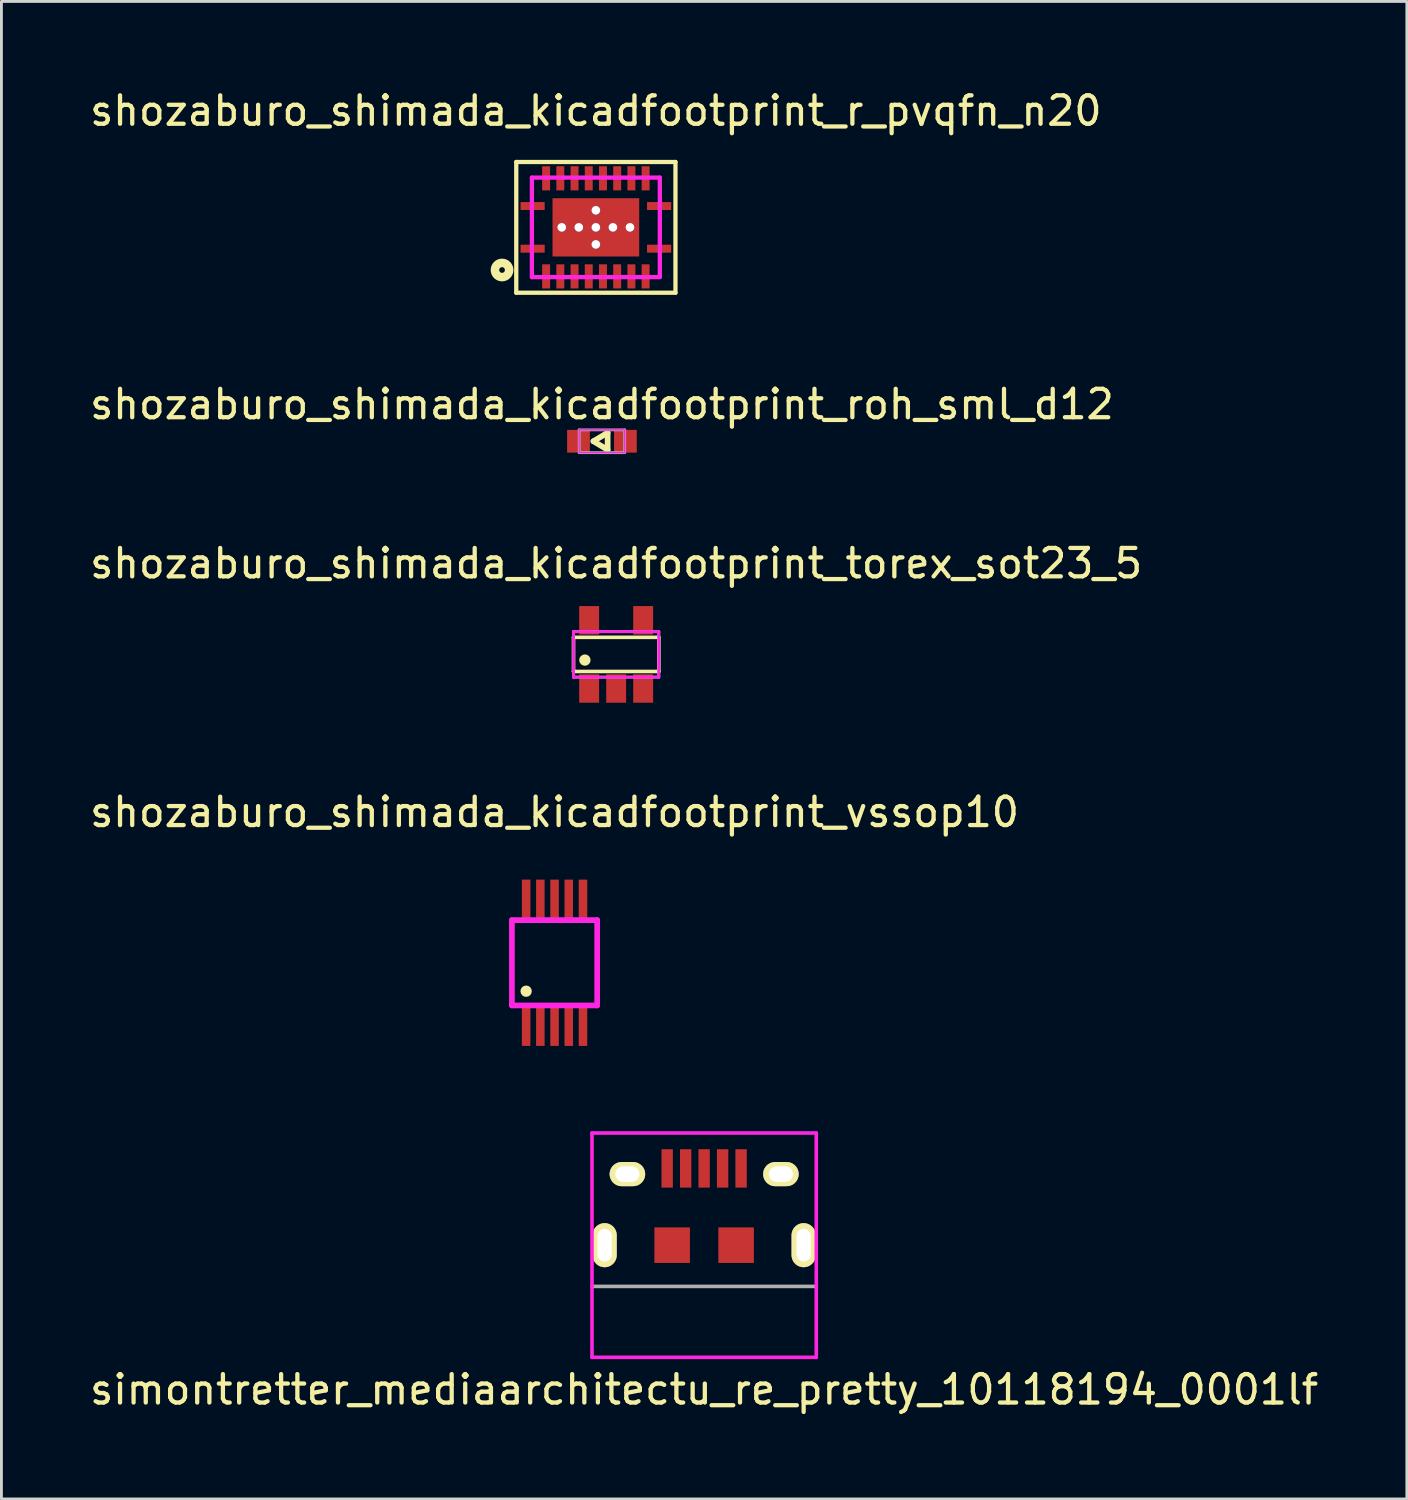
<source format=kicad_pcb>
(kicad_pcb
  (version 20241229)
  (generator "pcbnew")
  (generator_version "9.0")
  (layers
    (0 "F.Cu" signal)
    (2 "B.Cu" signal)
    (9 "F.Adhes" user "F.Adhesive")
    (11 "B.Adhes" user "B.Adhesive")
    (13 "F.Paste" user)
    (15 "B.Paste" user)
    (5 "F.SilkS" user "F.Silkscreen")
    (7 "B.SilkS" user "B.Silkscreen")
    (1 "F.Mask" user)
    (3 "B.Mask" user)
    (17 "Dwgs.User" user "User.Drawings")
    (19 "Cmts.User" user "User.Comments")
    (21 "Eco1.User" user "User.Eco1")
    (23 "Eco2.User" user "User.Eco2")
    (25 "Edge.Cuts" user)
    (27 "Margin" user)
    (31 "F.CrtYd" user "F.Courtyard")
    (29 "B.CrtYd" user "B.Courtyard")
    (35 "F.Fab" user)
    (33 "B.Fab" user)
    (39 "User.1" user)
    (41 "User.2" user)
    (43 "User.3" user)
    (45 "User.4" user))
  (footprint "shozaburo_shimada_kicadfootprint_r_pvqfn_n20"
    (layer "F.Cu")
    (at 17.911 4.948)
    (property "Reference" "shozaburo_shimada_kicadfootprint_r_pvqfn_n20" (at 0 -4.1 0) (layer "F.SilkS") (effects (font (size 1 1) (thickness 0.15))))
    (attr smd)
    (fp_line (start -2.8 -2.3) (end -2.8 2.3) (stroke (width 0.15) (type solid)) (layer "F.SilkS"))
    (fp_line (start -2.8 -2.3) (end 2.8 -2.3) (stroke (width 0.15) (type solid)) (layer "F.SilkS"))
    (fp_line (start -2.8 2.3) (end 2.8 2.3) (stroke (width 0.15) (type solid)) (layer "F.SilkS"))
    (fp_line (start 2.8 -2.3) (end 2.8 2.3) (stroke (width 0.15) (type solid)) (layer "F.SilkS"))
    (fp_circle (center -3.3 1.5) (end -3.3 1.6) (stroke (width 0.3) (type solid)) (fill no) (layer "F.SilkS"))
    (fp_line (start -2.25 -1.75) (end 2.25 -1.75) (stroke (width 0.15) (type solid)) (layer "F.CrtYd"))
    (fp_line (start -2.25 1.75) (end -2.25 -1.75) (stroke (width 0.15) (type solid)) (layer "F.CrtYd"))
    (fp_line (start 2.25 -1.75) (end 2.25 1.75) (stroke (width 0.15) (type solid)) (layer "F.CrtYd"))
    (fp_line (start 2.25 1.75) (end -2.25 1.75) (stroke (width 0.15) (type solid)) (layer "F.CrtYd"))
    (pad "" smd rect (at -1.75 -1.725) (size 0.25 0.85) (layers "F.Paste"))
    (pad "" smd rect (at -1.75 1.725) (size 0.25 0.85) (layers "F.Paste"))
    (pad "" smd rect (at -1.25 -1.725) (size 0.25 0.85) (layers "F.Paste"))
    (pad "" smd rect (at -1.25 1.725) (size 0.25 0.85) (layers "F.Paste"))
    (pad "" smd rect (at -0.81 -0.56) (size 1.32 0.82) (layers "F.Paste"))
    (pad "" smd rect (at -0.81 0.56) (size 1.32 0.82) (layers "F.Paste"))
    (pad "" smd rect (at -0.75 -1.725) (size 0.25 0.85) (layers "F.Paste"))
    (pad "" smd rect (at -0.75 1.725) (size 0.25 0.85) (layers "F.Paste"))
    (pad "" smd rect (at -0.25 -1.725) (size 0.25 0.85) (layers "F.Paste"))
    (pad "" smd rect (at -0.25 1.725) (size 0.25 0.85) (layers "F.Paste"))
    (pad "" smd rect (at 0.25 -1.725) (size 0.25 0.85) (layers "F.Paste"))
    (pad "" smd rect (at 0.25 1.725) (size 0.25 0.85) (layers "F.Paste"))
    (pad "" smd rect (at 0.75 -1.725) (size 0.25 0.85) (layers "F.Paste"))
    (pad "" smd rect (at 0.75 1.725) (size 0.25 0.85) (layers "F.Paste"))
    (pad "" smd rect (at 0.81 -0.56) (size 1.32 0.82) (layers "F.Paste"))
    (pad "" smd rect (at 0.81 0.56) (size 1.32 0.82) (layers "F.Paste"))
    (pad "" smd rect (at 1.25 -1.725) (size 0.25 0.85) (layers "F.Paste"))
    (pad "" smd rect (at 1.25 1.725) (size 0.25 0.85) (layers "F.Paste"))
    (pad "" smd rect (at 1.75 -1.725) (size 0.25 0.85) (layers "F.Paste"))
    (pad "" smd rect (at 1.75 1.725) (size 0.25 0.85) (layers "F.Paste"))
    (pad "1" smd rect (at -2.225 0.75) (size 0.85 0.28) (layers "F.Cu" "F.Mask" "F.Paste"))
    (pad "2" smd rect (at -1.75 1.725) (size 0.28 0.85) (layers "F.Cu" "F.Mask"))
    (pad "3" smd rect (at -1.25 1.725) (size 0.28 0.85) (layers "F.Cu" "F.Mask"))
    (pad "4" smd rect (at -0.75 1.725) (size 0.28 0.85) (layers "F.Cu" "F.Mask"))
    (pad "5" smd rect (at -0.25 1.725) (size 0.28 0.85) (layers "F.Cu" "F.Mask"))
    (pad "6" smd rect (at 0.25 1.725) (size 0.28 0.85) (layers "F.Cu" "F.Mask"))
    (pad "7" smd rect (at 0.75 1.725) (size 0.28 0.85) (layers "F.Cu" "F.Mask"))
    (pad "8" smd rect (at 1.25 1.725) (size 0.28 0.85) (layers "F.Cu" "F.Mask"))
    (pad "9" smd rect (at 1.75 1.725) (size 0.28 0.85) (layers "F.Cu" "F.Mask"))
    (pad "10" smd rect (at 2.225 0.75) (size 0.85 0.28) (layers "F.Cu" "F.Mask" "F.Paste"))
    (pad "11" smd rect (at 2.225 -0.75) (size 0.85 0.28) (layers "F.Cu" "F.Mask" "F.Paste"))
    (pad "12" smd rect (at 1.75 -1.725) (size 0.28 0.85) (layers "F.Cu" "F.Mask"))
    (pad "13" smd rect (at 1.25 -1.725) (size 0.28 0.85) (layers "F.Cu" "F.Mask"))
    (pad "14" smd rect (at 0.75 -1.725) (size 0.28 0.85) (layers "F.Cu" "F.Mask"))
    (pad "15" smd rect (at 0.25 -1.725) (size 0.28 0.85) (layers "F.Cu" "F.Mask"))
    (pad "16" smd rect (at -0.25 -1.725) (size 0.28 0.85) (layers "F.Cu" "F.Mask"))
    (pad "17" smd rect (at -0.75 -1.725) (size 0.28 0.85) (layers "F.Cu" "F.Mask"))
    (pad "18" smd rect (at -1.25 -1.725) (size 0.28 0.85) (layers "F.Cu" "F.Mask"))
    (pad "19" smd rect (at -1.75 -1.725) (size 0.28 0.85) (layers "F.Cu" "F.Mask"))
    (pad "20" smd rect (at -2.225 -0.75) (size 0.85 0.28) (layers "F.Cu" "F.Mask" "F.Paste"))
    (pad "21" thru_hole circle (at -1.2 0) (size 0.3 0.3) (drill 0.3) (layers "*.Cu" "*.Mask"))
    (pad "21" thru_hole circle (at -0.6 0) (size 0.3 0.3) (drill 0.3) (layers "*.Cu" "*.Mask"))
    (pad "21" thru_hole circle (at 0 -0.6) (size 0.3 0.3) (drill 0.3) (layers "*.Cu" "*.Mask"))
    (pad "21" thru_hole circle (at 0 0) (size 0.3 0.3) (drill 0.3) (layers "*.Cu" "*.Mask"))
    (pad "21" smd rect (at 0 0) (size 3.05 2.05) (layers "F.Cu" "F.Mask"))
    (pad "21" thru_hole circle (at 0 0.6) (size 0.3 0.3) (drill 0.3) (layers "*.Cu" "*.Mask"))
    (pad "21" thru_hole circle (at 0.6 0) (size 0.3 0.3) (drill 0.3) (layers "*.Cu" "*.Mask"))
    (pad "21" thru_hole circle (at 1.2 0) (size 0.3 0.3) (drill 0.3) (layers "*.Cu" "*.Mask")))
  (footprint "simontretter_mediaarchitectu_re_pretty_10118194_0001lf"
    (layer "F.Cu")
    (at 21.72 40.752)
    (property "Reference" "simontretter_mediaarchitectu_re_pretty_10118194_0001lf" (at 0 5.08 0) (layer "F.SilkS") (effects (font (size 1 1) (thickness 0.15))))
    (attr through_hole)
    (fp_line (start -3.945 -3.945) (end -3.945 3.945) (stroke (width 0.127) (type solid)) (layer "F.CrtYd"))
    (fp_line (start -3.945 3.945) (end 3.945 3.945) (stroke (width 0.127) (type solid)) (layer "F.CrtYd"))
    (fp_line (start 3.945 -3.945) (end -3.945 -3.945) (stroke (width 0.127) (type solid)) (layer "F.CrtYd"))
    (fp_line (start 3.945 3.945) (end 3.945 -3.945) (stroke (width 0.127) (type solid)) (layer "F.CrtYd"))
    (fp_line (start -3.945 1.45) (end 3.945 1.45) (stroke (width 0.127) (type solid)) (layer "F.Fab"))
    (pad "" thru_hole oval (at -3.5 0) (size 0.85 1.55) (drill oval 0.5 1.15) (layers "*.Cu" "*.Mask" "F.SilkS"))
    (pad "" thru_hole oval (at -2.7 -2.5) (size 1.25 0.85) (drill oval 0.85 0.55) (layers "*.Cu" "*.Mask" "F.SilkS"))
    (pad "" smd rect (at -1.125 0) (size 1.25 1.25) (layers "F.Cu" "F.Mask" "F.Paste"))
    (pad "" smd rect (at 1.125 0) (size 1.25 1.25) (layers "F.Cu" "F.Mask" "F.Paste"))
    (pad "" thru_hole oval (at 2.7 -2.5) (size 1.25 0.85) (drill oval 0.85 0.55) (layers "*.Cu" "*.Mask" "F.SilkS"))
    (pad "" thru_hole oval (at 3.5 0) (size 0.85 1.55) (drill oval 0.5 1.15) (layers "*.Cu" "*.Mask" "F.SilkS"))
    (pad "1" smd rect (at -1.3 -2.7) (size 0.4 1.35) (layers "F.Cu" "F.Mask" "F.Paste"))
    (pad "2" smd rect (at -0.65 -2.7) (size 0.4 1.35) (layers "F.Cu" "F.Mask" "F.Paste"))
    (pad "3" smd rect (at 0 -2.7) (size 0.4 1.35) (layers "F.Cu" "F.Mask" "F.Paste"))
    (pad "4" smd rect (at 0.65 -2.7) (size 0.4 1.35) (layers "F.Cu" "F.Mask" "F.Paste"))
    (pad "5" smd rect (at 1.3 -2.7) (size 0.4 1.35) (layers "F.Cu" "F.Mask" "F.Paste")))
  (footprint "shozaburo_shimada_kicadfootprint_roh_sml_d12"
    (layer "F.Cu")
    (at 18.125 12.472)
    (property "Reference" "shozaburo_shimada_kicadfootprint_roh_sml_d12" (at 0 -1.3 0) (layer "F.SilkS") (effects (font (size 1 1) (thickness 0.15))))
    (attr smd)
    (fp_line (start -0.3 0) (end 0.2 -0.3) (stroke (width 0.2) (type solid)) (layer "F.SilkS"))
    (fp_line (start 0.2 -0.3) (end 0.2 0.3) (stroke (width 0.2) (type solid)) (layer "F.SilkS"))
    (fp_line (start 0.2 0.3) (end -0.3 0) (stroke (width 0.2) (type solid)) (layer "F.SilkS"))
    (fp_line (start -0.8 -0.4) (end 0.8 -0.4) (stroke (width 0.05) (type solid)) (layer "F.CrtYd"))
    (fp_line (start -0.8 0.4) (end -0.8 -0.4) (stroke (width 0.05) (type solid)) (layer "F.CrtYd"))
    (fp_line (start 0.8 -0.4) (end 0.8 0.4) (stroke (width 0.05) (type solid)) (layer "F.CrtYd"))
    (fp_line (start 0.8 0.4) (end -0.8 0.4) (stroke (width 0.05) (type solid)) (layer "F.CrtYd"))
    (fp_line (start -0.8 -0.4) (end 0.8 -0.4) (stroke (width 0.1) (type solid)) (layer "F.Fab"))
    (fp_line (start -0.8 0.4) (end -0.8 -0.4) (stroke (width 0.1) (type solid)) (layer "F.Fab"))
    (fp_line (start 0.8 -0.4) (end 0.8 0.4) (stroke (width 0.1) (type solid)) (layer "F.Fab"))
    (fp_line (start 0.8 0.4) (end -0.8 0.4) (stroke (width 0.1) (type solid)) (layer "F.Fab"))
    (pad "1" smd rect (at -0.825 0) (size 0.8 0.8) (layers "F.Cu" "F.Mask" "F.Paste"))
    (pad "2" smd rect (at 0.825 0) (size 0.8 0.8) (layers "F.Cu" "F.Mask" "F.Paste")))
  (footprint "shozaburo_shimada_kicadfootprint_torex_sot23_5"
    (layer "F.Cu")
    (at 18.625 19.97)
    (property "Reference" "shozaburo_shimada_kicadfootprint_torex_sot23_5" (at 0 -3.2 0) (layer "F.SilkS") (effects (font (size 1 1) (thickness 0.15))))
    (attr through_hole)
    (fp_line (start -1.5 -0.6) (end 1.5 -0.6) (stroke (width 0.127) (type solid)) (layer "F.SilkS"))
    (fp_line (start -1.5 0.6) (end -1.5 -0.6) (stroke (width 0.127) (type solid)) (layer "F.SilkS"))
    (fp_line (start 1.5 -0.6) (end 1.5 0.6) (stroke (width 0.127) (type solid)) (layer "F.SilkS"))
    (fp_line (start 1.5 0.6) (end -1.5 0.6) (stroke (width 0.127) (type solid)) (layer "F.SilkS"))
    (fp_circle (center -1.1 0.2) (end -1.1 0.1) (stroke (width 0.2) (type solid)) (fill no) (layer "F.SilkS"))
    (fp_line (start -1.5 -0.8) (end -1.5 0.8) (stroke (width 0.1) (type solid)) (layer "F.CrtYd"))
    (fp_line (start -1.5 -0.8) (end 1.5 -0.8) (stroke (width 0.1) (type solid)) (layer "F.CrtYd"))
    (fp_line (start -1.5 0.8) (end 1.5 0.8) (stroke (width 0.1) (type solid)) (layer "F.CrtYd"))
    (fp_line (start 1.5 0.8) (end 1.5 -0.8) (stroke (width 0.1) (type solid)) (layer "F.CrtYd"))
    (fp_line (start -1.5 -0.8) (end -1.5 0.8) (stroke (width 0.1) (type solid)) (layer "F.Fab"))
    (fp_line (start -1.5 -0.8) (end 1.5 -0.8) (stroke (width 0.1) (type solid)) (layer "F.Fab"))
    (fp_line (start -1.5 0.8) (end 1.5 0.8) (stroke (width 0.1) (type solid)) (layer "F.Fab"))
    (fp_line (start 1.5 0.8) (end 1.5 -0.8) (stroke (width 0.1) (type solid)) (layer "F.Fab"))
    (pad "1" smd rect (at -0.95 1.2) (size 0.7 1) (layers "F.Cu" "F.Mask" "F.Paste"))
    (pad "2" smd rect (at 0 1.2) (size 0.7 1) (layers "F.Cu" "F.Mask" "F.Paste"))
    (pad "3" smd rect (at 0.95 1.2) (size 0.7 1) (layers "F.Cu" "F.Mask" "F.Paste"))
    (pad "4" smd rect (at 0.95 -1.2) (size 0.7 1) (layers "F.Cu" "F.Mask" "F.Paste"))
    (pad "5" smd rect (at -0.95 -1.2) (size 0.7 1) (layers "F.Cu" "F.Mask" "F.Paste")))
  (footprint "shozaburo_shimada_kicadfootprint_vssop10"
    (layer "F.Cu")
    (at 16.458 30.818)
    (property "Reference" "shozaburo_shimada_kicadfootprint_vssop10" (at 0 -5.3 0) (layer "F.SilkS") (effects (font (size 1 1) (thickness 0.15))))
    (attr smd)
    (fp_circle (center -1 1) (end -1 0.9) (stroke (width 0.2) (type solid)) (fill no) (layer "F.SilkS"))
    (fp_line (start -1.5 -1.5) (end 1.5 -1.5) (stroke (width 0.2) (type solid)) (layer "F.CrtYd"))
    (fp_line (start -1.5 1.5) (end -1.5 -1.5) (stroke (width 0.2) (type solid)) (layer "F.CrtYd"))
    (fp_line (start 1.5 -1.5) (end 1.5 1.5) (stroke (width 0.2) (type solid)) (layer "F.CrtYd"))
    (fp_line (start 1.5 1.5) (end -1.5 1.5) (stroke (width 0.2) (type solid)) (layer "F.CrtYd"))
    (pad "1" smd rect (at -1 2.2) (size 0.3 1.45) (layers "F.Cu" "F.Mask" "F.Paste"))
    (pad "2" smd rect (at -0.5 2.2) (size 0.3 1.45) (layers "F.Cu" "F.Mask" "F.Paste"))
    (pad "3" smd rect (at 0 2.2) (size 0.3 1.45) (layers "F.Cu" "F.Mask" "F.Paste"))
    (pad "4" smd rect (at 0.5 2.2) (size 0.3 1.45) (layers "F.Cu" "F.Mask" "F.Paste"))
    (pad "5" smd rect (at 1 2.2) (size 0.3 1.45) (layers "F.Cu" "F.Mask" "F.Paste"))
    (pad "6" smd rect (at 1 -2.2) (size 0.3 1.45) (layers "F.Cu" "F.Mask" "F.Paste"))
    (pad "7" smd rect (at 0.5 -2.2) (size 0.3 1.45) (layers "F.Cu" "F.Mask" "F.Paste"))
    (pad "8" smd rect (at 0 -2.2) (size 0.3 1.45) (layers "F.Cu" "F.Mask" "F.Paste"))
    (pad "9" smd rect (at -0.5 -2.2) (size 0.3 1.45) (layers "F.Cu" "F.Mask" "F.Paste"))
    (pad "10" smd rect (at -1 -2.2) (size 0.3 1.45) (layers "F.Cu" "F.Mask" "F.Paste")))
  (gr_rect
    (start -3 -3)
    (end 46.44 49.68)
    (stroke (width 0.1) (type default))
    (fill no)
    (layer "Edge.Cuts")))
</source>
